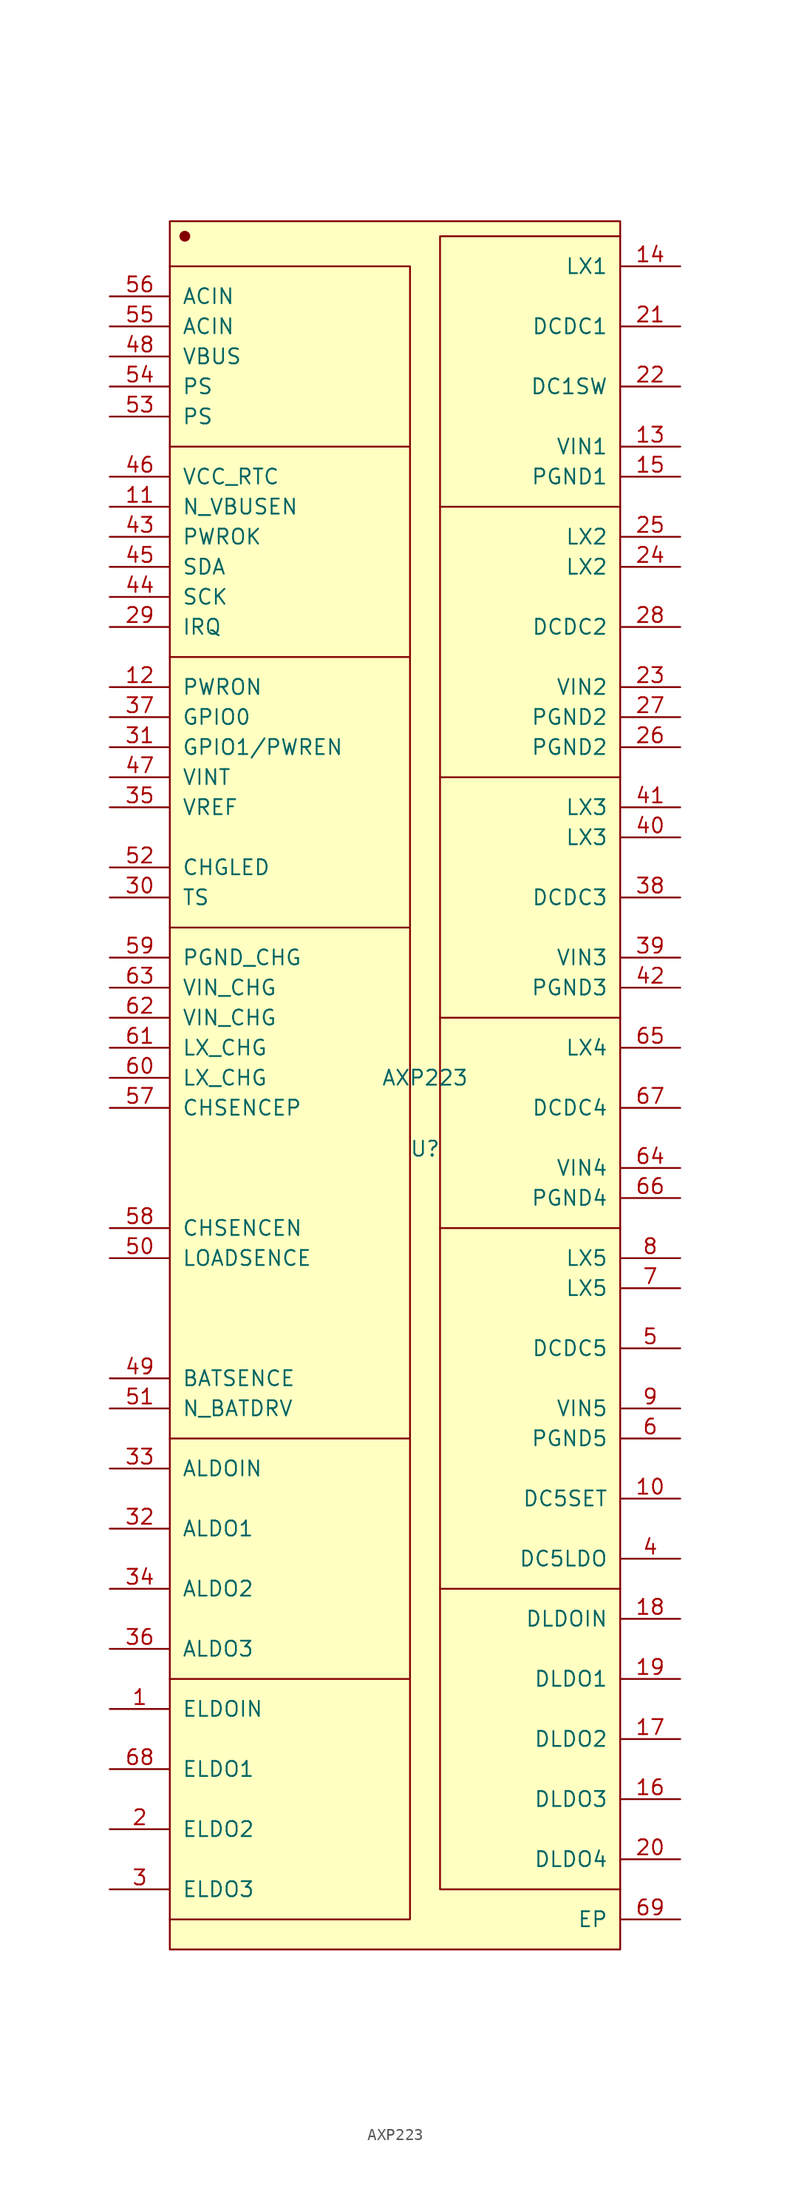
<source format=kicad_sym>
(kicad_symbol_lib
  (version 20211014)
  (generator kicad_symbol_editor)
  (symbol "AXP223"
    (pin_names
      (offset 1.016))
    (property "Reference" "U"
      (at 0 -6 0)
      (effects (font (size 1.27 1.27))))
    (property "Value" "AXP223"
      (at 0 0 0)
      (effects (font (size 1.27 1.27))))
    (symbol "AXP223_1_1"
      (rectangle (start -21.59 72.39) (end 16.51 -73.66) (stroke (width 0.152) (type default) (color 0 0 0 0)) (fill (type background)))
      (circle (center -20.32 71.12) (radius 0.381) (stroke (width 0.152) (type default) (color 0 0 0 0)) (fill (type outline)))
      (polyline (pts (xy -1.27 -50.8) (xy -1.27 -71.12) (xy -21.59 -71.12)) (stroke (width 0.152) (type default) (color 0 0 0 0)) (fill (type none)))
      (polyline (pts (xy -1.27 -30.48) (xy -1.27 -50.8) (xy -21.59 -50.8)) (stroke (width 0.152) (type default) (color 0 0 0 0)) (fill (type none)))
      (polyline (pts (xy -1.27 12.7) (xy -1.27 -30.48) (xy -21.59 -30.48)) (stroke (width 0.152) (type default) (color 0 0 0 0)) (fill (type none)))
      (polyline (pts (xy -1.27 35.56) (xy -1.27 12.7) (xy -21.59 12.7)) (stroke (width 0.152) (type default) (color 0 0 0 0)) (fill (type none)))
      (polyline (pts (xy -1.27 53.34) (xy -1.27 35.56) (xy -21.59 35.56)) (stroke (width 0.152) (type default) (color 0 0 0 0)) (fill (type none)))
      (polyline (pts (xy 1.27 -43.18) (xy 1.27 -68.58) (xy 16.51 -68.58)) (stroke (width 0.152) (type default) (color 0 0 0 0)) (fill (type none)))
      (polyline (pts (xy 1.27 -12.7) (xy 1.27 -43.18) (xy 16.51 -43.18)) (stroke (width 0.152) (type default) (color 0 0 0 0)) (fill (type none)))
      (polyline (pts (xy 1.27 5.08) (xy 1.27 -12.7) (xy 16.51 -12.7)) (stroke (width 0.152) (type default) (color 0 0 0 0)) (fill (type none)))
      (polyline (pts (xy 1.27 48.26) (xy 1.27 25.4) (xy 16.51 25.4)) (stroke (width 0.152) (type default) (color 0 0 0 0)) (fill (type none)))
      (polyline (pts (xy -21.59 68.58) (xy -1.27 68.58) (xy -1.27 53.34) (xy -21.59 53.34)) (stroke (width 0.152) (type default) (color 0 0 0 0)) (fill (type none)))
      (polyline (pts (xy 1.27 25.4) (xy 1.27 5.08) (xy 16.51 5.08) (xy 16.51 5.08)) (stroke (width 0.152) (type default) (color 0 0 0 0)) (fill (type none)))
      (polyline (pts (xy 16.51 71.12) (xy 1.27 71.12) (xy 1.27 48.26) (xy 16.51 48.26)) (stroke (width 0.152) (type default) (color 0 0 0 0)) (fill (type none)))
      (pin bidirectional line (at -26.67 -53.34 0) (length 5.08) (name "ELDOIN" (effects (font (size 1.27 1.27)))) (number "1" (effects (font (size 1.27 1.27)))))
      (pin bidirectional line (at 21.59 -35.56 180) (length 5.08) (name "DC5SET" (effects (font (size 1.27 1.27)))) (number "10" (effects (font (size 1.27 1.27)))))
      (pin bidirectional line (at -26.67 48.26 0) (length 5.08) (name "N_VBUSEN" (effects (font (size 1.27 1.27)))) (number "11" (effects (font (size 1.27 1.27)))))
      (pin bidirectional line (at -26.67 33.02 0) (length 5.08) (name "PWRON" (effects (font (size 1.27 1.27)))) (number "12" (effects (font (size 1.27 1.27)))))
      (pin bidirectional line (at 21.59 53.34 180) (length 5.08) (name "VIN1" (effects (font (size 1.27 1.27)))) (number "13" (effects (font (size 1.27 1.27)))))
      (pin bidirectional line (at 21.59 68.58 180) (length 5.08) (name "LX1" (effects (font (size 1.27 1.27)))) (number "14" (effects (font (size 1.27 1.27)))))
      (pin bidirectional line (at 21.59 50.8 180) (length 5.08) (name "PGND1" (effects (font (size 1.27 1.27)))) (number "15" (effects (font (size 1.27 1.27)))))
      (pin bidirectional line (at 21.59 -60.96 180) (length 5.08) (name "DLDO3" (effects (font (size 1.27 1.27)))) (number "16" (effects (font (size 1.27 1.27)))))
      (pin bidirectional line (at 21.59 -55.88 180) (length 5.08) (name "DLDO2" (effects (font (size 1.27 1.27)))) (number "17" (effects (font (size 1.27 1.27)))))
      (pin bidirectional line (at 21.59 -45.72 180) (length 5.08) (name "DLDOIN" (effects (font (size 1.27 1.27)))) (number "18" (effects (font (size 1.27 1.27)))))
      (pin bidirectional line (at 21.59 -50.8 180) (length 5.08) (name "DLDO1" (effects (font (size 1.27 1.27)))) (number "19" (effects (font (size 1.27 1.27)))))
      (pin bidirectional line (at -26.67 -63.5 0) (length 5.08) (name "ELDO2" (effects (font (size 1.27 1.27)))) (number "2" (effects (font (size 1.27 1.27)))))
      (pin bidirectional line (at 21.59 -66.04 180) (length 5.08) (name "DLDO4" (effects (font (size 1.27 1.27)))) (number "20" (effects (font (size 1.27 1.27)))))
      (pin bidirectional line (at 21.59 63.5 180) (length 5.08) (name "DCDC1" (effects (font (size 1.27 1.27)))) (number "21" (effects (font (size 1.27 1.27)))))
      (pin bidirectional line (at 21.59 58.42 180) (length 5.08) (name "DC1SW" (effects (font (size 1.27 1.27)))) (number "22" (effects (font (size 1.27 1.27)))))
      (pin bidirectional line (at 21.59 33.02 180) (length 5.08) (name "VIN2" (effects (font (size 1.27 1.27)))) (number "23" (effects (font (size 1.27 1.27)))))
      (pin bidirectional line (at 21.59 43.18 180) (length 5.08) (name "LX2" (effects (font (size 1.27 1.27)))) (number "24" (effects (font (size 1.27 1.27)))))
      (pin bidirectional line (at 21.59 45.72 180) (length 5.08) (name "LX2" (effects (font (size 1.27 1.27)))) (number "25" (effects (font (size 1.27 1.27)))))
      (pin bidirectional line (at 21.59 27.94 180) (length 5.08) (name "PGND2" (effects (font (size 1.27 1.27)))) (number "26" (effects (font (size 1.27 1.27)))))
      (pin bidirectional line (at 21.59 30.48 180) (length 5.08) (name "PGND2" (effects (font (size 1.27 1.27)))) (number "27" (effects (font (size 1.27 1.27)))))
      (pin bidirectional line (at 21.59 38.1 180) (length 5.08) (name "DCDC2" (effects (font (size 1.27 1.27)))) (number "28" (effects (font (size 1.27 1.27)))))
      (pin bidirectional line (at -26.67 38.1 0) (length 5.08) (name "IRQ" (effects (font (size 1.27 1.27)))) (number "29" (effects (font (size 1.27 1.27)))))
      (pin bidirectional line (at -26.67 -68.58 0) (length 5.08) (name "ELDO3" (effects (font (size 1.27 1.27)))) (number "3" (effects (font (size 1.27 1.27)))))
      (pin bidirectional line (at -26.67 15.24 0) (length 5.08) (name "TS" (effects (font (size 1.27 1.27)))) (number "30" (effects (font (size 1.27 1.27)))))
      (pin bidirectional line (at -26.67 27.94 0) (length 5.08) (name "GPIO1/PWREN" (effects (font (size 1.27 1.27)))) (number "31" (effects (font (size 1.27 1.27)))))
      (pin bidirectional line (at -26.67 -38.1 0) (length 5.08) (name "ALDO1" (effects (font (size 1.27 1.27)))) (number "32" (effects (font (size 1.27 1.27)))))
      (pin bidirectional line (at -26.67 -33.02 0) (length 5.08) (name "ALDOIN" (effects (font (size 1.27 1.27)))) (number "33" (effects (font (size 1.27 1.27)))))
      (pin bidirectional line (at -26.67 -43.18 0) (length 5.08) (name "ALDO2" (effects (font (size 1.27 1.27)))) (number "34" (effects (font (size 1.27 1.27)))))
      (pin bidirectional line (at -26.67 22.86 0) (length 5.08) (name "VREF" (effects (font (size 1.27 1.27)))) (number "35" (effects (font (size 1.27 1.27)))))
      (pin bidirectional line (at -26.67 -48.26 0) (length 5.08) (name "ALDO3" (effects (font (size 1.27 1.27)))) (number "36" (effects (font (size 1.27 1.27)))))
      (pin bidirectional line (at -26.67 30.48 0) (length 5.08) (name "GPIO0" (effects (font (size 1.27 1.27)))) (number "37" (effects (font (size 1.27 1.27)))))
      (pin bidirectional line (at 21.59 15.24 180) (length 5.08) (name "DCDC3" (effects (font (size 1.27 1.27)))) (number "38" (effects (font (size 1.27 1.27)))))
      (pin bidirectional line (at 21.59 10.16 180) (length 5.08) (name "VIN3" (effects (font (size 1.27 1.27)))) (number "39" (effects (font (size 1.27 1.27)))))
      (pin bidirectional line (at 21.59 -40.64 180) (length 5.08) (name "DC5LDO" (effects (font (size 1.27 1.27)))) (number "4" (effects (font (size 1.27 1.27)))))
      (pin bidirectional line (at 21.59 20.32 180) (length 5.08) (name "LX3" (effects (font (size 1.27 1.27)))) (number "40" (effects (font (size 1.27 1.27)))))
      (pin bidirectional line (at 21.59 22.86 180) (length 5.08) (name "LX3" (effects (font (size 1.27 1.27)))) (number "41" (effects (font (size 1.27 1.27)))))
      (pin bidirectional line (at 21.59 7.62 180) (length 5.08) (name "PGND3" (effects (font (size 1.27 1.27)))) (number "42" (effects (font (size 1.27 1.27)))))
      (pin bidirectional line (at -26.67 45.72 0) (length 5.08) (name "PWROK" (effects (font (size 1.27 1.27)))) (number "43" (effects (font (size 1.27 1.27)))))
      (pin bidirectional line (at -26.67 40.64 0) (length 5.08) (name "SCK" (effects (font (size 1.27 1.27)))) (number "44" (effects (font (size 1.27 1.27)))))
      (pin bidirectional line (at -26.67 43.18 0) (length 5.08) (name "SDA" (effects (font (size 1.27 1.27)))) (number "45" (effects (font (size 1.27 1.27)))))
      (pin bidirectional line (at -26.67 50.8 0) (length 5.08) (name "VCC_RTC" (effects (font (size 1.27 1.27)))) (number "46" (effects (font (size 1.27 1.27)))))
      (pin bidirectional line (at -26.67 25.4 0) (length 5.08) (name "VINT" (effects (font (size 1.27 1.27)))) (number "47" (effects (font (size 1.27 1.27)))))
      (pin bidirectional line (at -26.67 60.96 0) (length 5.08) (name "VBUS" (effects (font (size 1.27 1.27)))) (number "48" (effects (font (size 1.27 1.27)))))
      (pin bidirectional line (at -26.67 -25.4 0) (length 5.08) (name "BATSENCE" (effects (font (size 1.27 1.27)))) (number "49" (effects (font (size 1.27 1.27)))))
      (pin bidirectional line (at 21.59 -22.86 180) (length 5.08) (name "DCDC5" (effects (font (size 1.27 1.27)))) (number "5" (effects (font (size 1.27 1.27)))))
      (pin bidirectional line (at -26.67 -15.24 0) (length 5.08) (name "LOADSENCE" (effects (font (size 1.27 1.27)))) (number "50" (effects (font (size 1.27 1.27)))))
      (pin bidirectional line (at -26.67 -27.94 0) (length 5.08) (name "N_BATDRV" (effects (font (size 1.27 1.27)))) (number "51" (effects (font (size 1.27 1.27)))))
      (pin bidirectional line (at -26.67 17.78 0) (length 5.08) (name "CHGLED" (effects (font (size 1.27 1.27)))) (number "52" (effects (font (size 1.27 1.27)))))
      (pin bidirectional line (at -26.67 55.88 0) (length 5.08) (name "PS" (effects (font (size 1.27 1.27)))) (number "53" (effects (font (size 1.27 1.27)))))
      (pin bidirectional line (at -26.67 58.42 0) (length 5.08) (name "PS" (effects (font (size 1.27 1.27)))) (number "54" (effects (font (size 1.27 1.27)))))
      (pin bidirectional line (at -26.67 63.5 0) (length 5.08) (name "ACIN" (effects (font (size 1.27 1.27)))) (number "55" (effects (font (size 1.27 1.27)))))
      (pin bidirectional line (at -26.67 66.04 0) (length 5.08) (name "ACIN" (effects (font (size 1.27 1.27)))) (number "56" (effects (font (size 1.27 1.27)))))
      (pin bidirectional line (at -26.67 -2.54 0) (length 5.08) (name "CHSENCEP" (effects (font (size 1.27 1.27)))) (number "57" (effects (font (size 1.27 1.27)))))
      (pin bidirectional line (at -26.67 -12.7 0) (length 5.08) (name "CHSENCEN" (effects (font (size 1.27 1.27)))) (number "58" (effects (font (size 1.27 1.27)))))
      (pin bidirectional line (at -26.67 10.16 0) (length 5.08) (name "PGND_CHG" (effects (font (size 1.27 1.27)))) (number "59" (effects (font (size 1.27 1.27)))))
      (pin bidirectional line (at 21.59 -30.48 180) (length 5.08) (name "PGND5" (effects (font (size 1.27 1.27)))) (number "6" (effects (font (size 1.27 1.27)))))
      (pin bidirectional line (at -26.67 0 0) (length 5.08) (name "LX_CHG" (effects (font (size 1.27 1.27)))) (number "60" (effects (font (size 1.27 1.27)))))
      (pin bidirectional line (at -26.67 2.54 0) (length 5.08) (name "LX_CHG" (effects (font (size 1.27 1.27)))) (number "61" (effects (font (size 1.27 1.27)))))
      (pin bidirectional line (at -26.67 5.08 0) (length 5.08) (name "VIN_CHG" (effects (font (size 1.27 1.27)))) (number "62" (effects (font (size 1.27 1.27)))))
      (pin bidirectional line (at -26.67 7.62 0) (length 5.08) (name "VIN_CHG" (effects (font (size 1.27 1.27)))) (number "63" (effects (font (size 1.27 1.27)))))
      (pin bidirectional line (at 21.59 -7.62 180) (length 5.08) (name "VIN4" (effects (font (size 1.27 1.27)))) (number "64" (effects (font (size 1.27 1.27)))))
      (pin bidirectional line (at 21.59 2.54 180) (length 5.08) (name "LX4" (effects (font (size 1.27 1.27)))) (number "65" (effects (font (size 1.27 1.27)))))
      (pin bidirectional line (at 21.59 -10.16 180) (length 5.08) (name "PGND4" (effects (font (size 1.27 1.27)))) (number "66" (effects (font (size 1.27 1.27)))))
      (pin bidirectional line (at 21.59 -2.54 180) (length 5.08) (name "DCDC4" (effects (font (size 1.27 1.27)))) (number "67" (effects (font (size 1.27 1.27)))))
      (pin bidirectional line (at -26.67 -58.42 0) (length 5.08) (name "ELDO1" (effects (font (size 1.27 1.27)))) (number "68" (effects (font (size 1.27 1.27)))))
      (pin bidirectional line (at 21.59 -71.12 180) (length 5.08) (name "EP" (effects (font (size 1.27 1.27)))) (number "69" (effects (font (size 1.27 1.27)))))
      (pin bidirectional line (at 21.59 -17.78 180) (length 5.08) (name "LX5" (effects (font (size 1.27 1.27)))) (number "7" (effects (font (size 1.27 1.27)))))
      (pin bidirectional line (at 21.59 -15.24 180) (length 5.08) (name "LX5" (effects (font (size 1.27 1.27)))) (number "8" (effects (font (size 1.27 1.27)))))
      (pin bidirectional line (at 21.59 -27.94 180) (length 5.08) (name "VIN5" (effects (font (size 1.27 1.27)))) (number "9" (effects (font (size 1.27 1.27))))))))
</source>
